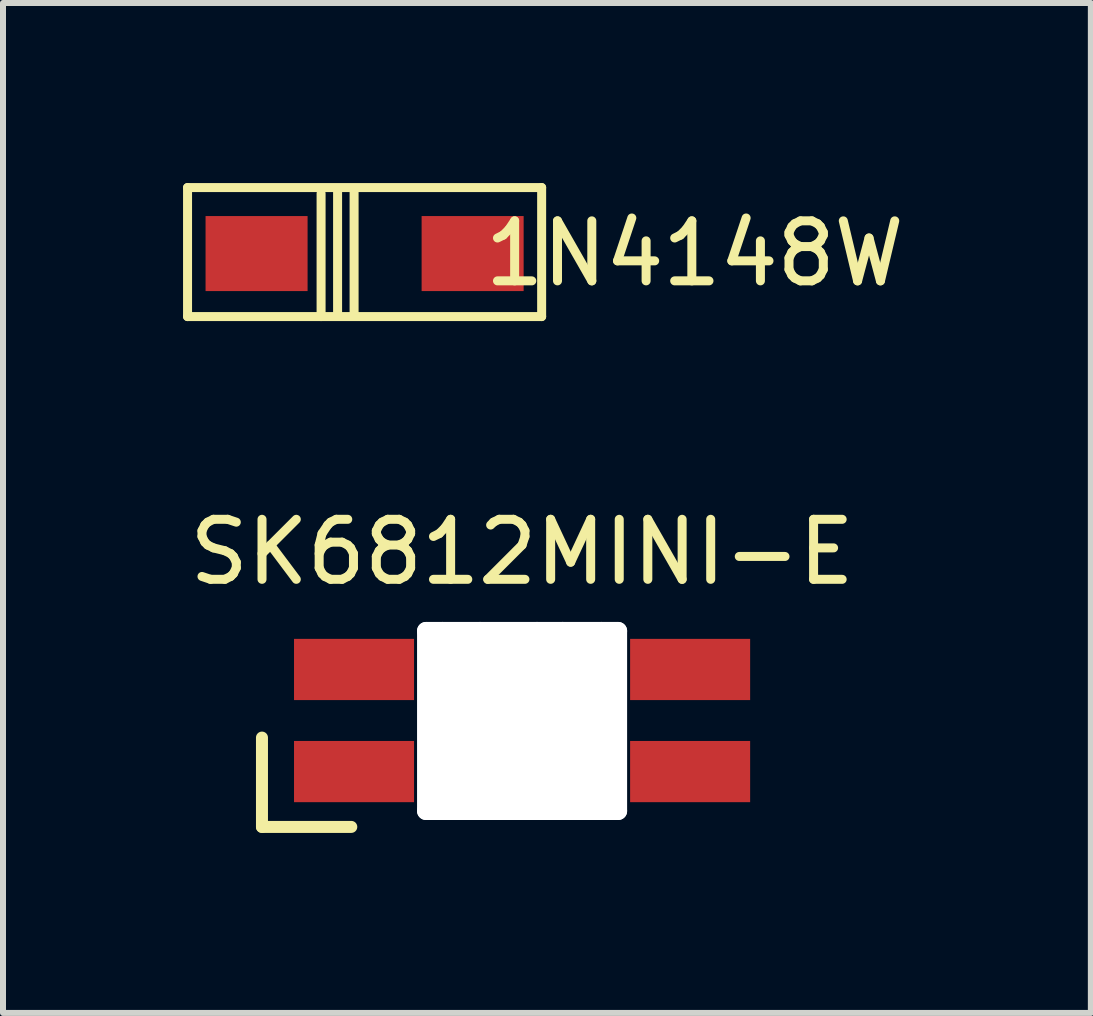
<source format=kicad_pcb>
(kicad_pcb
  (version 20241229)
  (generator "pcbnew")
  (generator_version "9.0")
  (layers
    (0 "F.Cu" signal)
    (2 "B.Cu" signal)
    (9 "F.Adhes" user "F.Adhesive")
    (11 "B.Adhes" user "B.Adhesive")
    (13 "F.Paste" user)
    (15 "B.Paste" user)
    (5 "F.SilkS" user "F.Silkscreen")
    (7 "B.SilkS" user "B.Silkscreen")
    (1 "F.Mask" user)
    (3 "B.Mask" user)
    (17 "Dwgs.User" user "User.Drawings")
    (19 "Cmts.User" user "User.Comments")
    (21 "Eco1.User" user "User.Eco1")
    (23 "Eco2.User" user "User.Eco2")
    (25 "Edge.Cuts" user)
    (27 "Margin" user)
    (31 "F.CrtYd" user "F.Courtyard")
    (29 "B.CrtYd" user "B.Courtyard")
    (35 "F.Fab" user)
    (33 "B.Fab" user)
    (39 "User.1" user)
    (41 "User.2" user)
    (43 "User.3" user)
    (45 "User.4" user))
  (footprint "SK6812MINI-E"
    (layer "F.Cu")
    (at 5.649 6.038)
    (property "Reference" "SK6812MINI-E" (at 0 0.11 0) (unlocked yes) (layer "F.SilkS") (effects (font (size 1 1) (thickness 0.15))))
    (attr through_hole)
    (fp_line (start -4.334 3.202) (end -4.334 4.69) (stroke (width 0.2) (type solid)) (layer "F.SilkS"))
    (fp_line (start -4.334 4.69) (end -2.846 4.69) (stroke (width 0.2) (type solid)) (layer "F.SilkS"))
    (pad "" np_thru_hole oval (at -1.6 2.925) (size 0.3 3.3) (drill oval 0.3 3.3) (layers "*.Cu" "*.Mask"))
    (pad "" np_thru_hole oval (at -1.325 2.925) (size 0.5 3.3) (drill oval 0.5 3.3) (layers "*.Cu" "*.Mask"))
    (pad "" np_thru_hole oval (at -0.7 2.925) (size 1.5 3.3) (drill oval 1.5 3.3) (layers "*.Cu" "*.Mask"))
    (pad "" np_thru_hole oval (at 0 1.425 90) (size 0.3 3.5) (drill oval 0.3 3.5) (layers "*.Cu" "*.Mask"))
    (pad "" np_thru_hole oval (at 0 4.425 90) (size 0.3 3.5) (drill oval 0.3 3.5) (layers "*.Cu" "*.Mask"))
    (pad "" np_thru_hole oval (at 0.25 2.925) (size 1.5 3.3) (drill oval 1.5 3.3) (layers "*.Cu" "*.Mask"))
    (pad "" np_thru_hole oval (at 0.675 2.925) (size 1.5 3.3) (drill oval 1.5 3.3) (layers "*.Cu" "*.Mask"))
    (pad "" np_thru_hole oval (at 1.325 2.925) (size 0.5 3.3) (drill oval 0.5 3.3) (layers "*.Cu" "*.Mask"))
    (pad "" np_thru_hole oval (at 1.6 2.925) (size 0.3 3.3) (drill oval 0.3 3.3) (layers "*.Cu" "*.Mask"))
    (pad "1" smd rect (at 2.8 2.067) (size 2 1.02) (layers "F.Cu" "F.Mask" "F.Paste"))
    (pad "2" smd rect (at 2.8 3.768) (size 2 1.02) (layers "F.Cu" "F.Mask" "F.Paste"))
    (pad "3" smd rect (at -2.8 3.768) (size 2 1.02) (layers "F.Cu" "F.Mask" "F.Paste"))
    (pad "4" smd rect (at -2.8 2.067) (size 2 1.02) (layers "F.Cu" "F.Mask" "F.Paste")))
  (footprint "1N4148W"
    (layer "F.Cu")
    (at 3.025 1.175)
    (property "Reference" "1N4148W" (at 5.5 0 0) (unlocked yes) (layer "F.SilkS") (effects (font (size 1 1) (thickness 0.15))))
    (attr smd)
    (fp_line (start -2.95 -1.1) (end 2.95 -1.1) (stroke (width 0.15) (type solid)) (layer "F.SilkS"))
    (fp_line (start -2.95 1.05) (end -2.95 -1.1) (stroke (width 0.15) (type solid)) (layer "F.SilkS"))
    (fp_line (start -0.725 1.05) (end -0.725 -1) (stroke (width 0.15) (type solid)) (layer "F.SilkS"))
    (fp_line (start -0.45 1.025) (end -0.45 -1.025) (stroke (width 0.15) (type solid)) (layer "F.SilkS"))
    (fp_line (start -0.175 1.025) (end -0.175 -1.025) (stroke (width 0.15) (type solid)) (layer "F.SilkS"))
    (fp_line (start 2.95 -1.1) (end 2.95 1.05) (stroke (width 0.15) (type solid)) (layer "F.SilkS"))
    (fp_line (start 2.95 1.05) (end -2.95 1.05) (stroke (width 0.15) (type solid)) (layer "F.SilkS"))
    (pad "1" smd rect (at -1.8 0) (size 1.7 1.25) (layers "F.Cu" "F.Mask" "F.Paste"))
    (pad "2" smd rect (at 1.8 0) (size 1.7 1.25) (layers "F.Cu" "F.Mask" "F.Paste")))
  (gr_rect
    (start -3 -3)
    (end 15.126 13.828)
    (stroke (width 0.1) (type default))
    (fill no)
    (layer "Edge.Cuts")))
</source>
